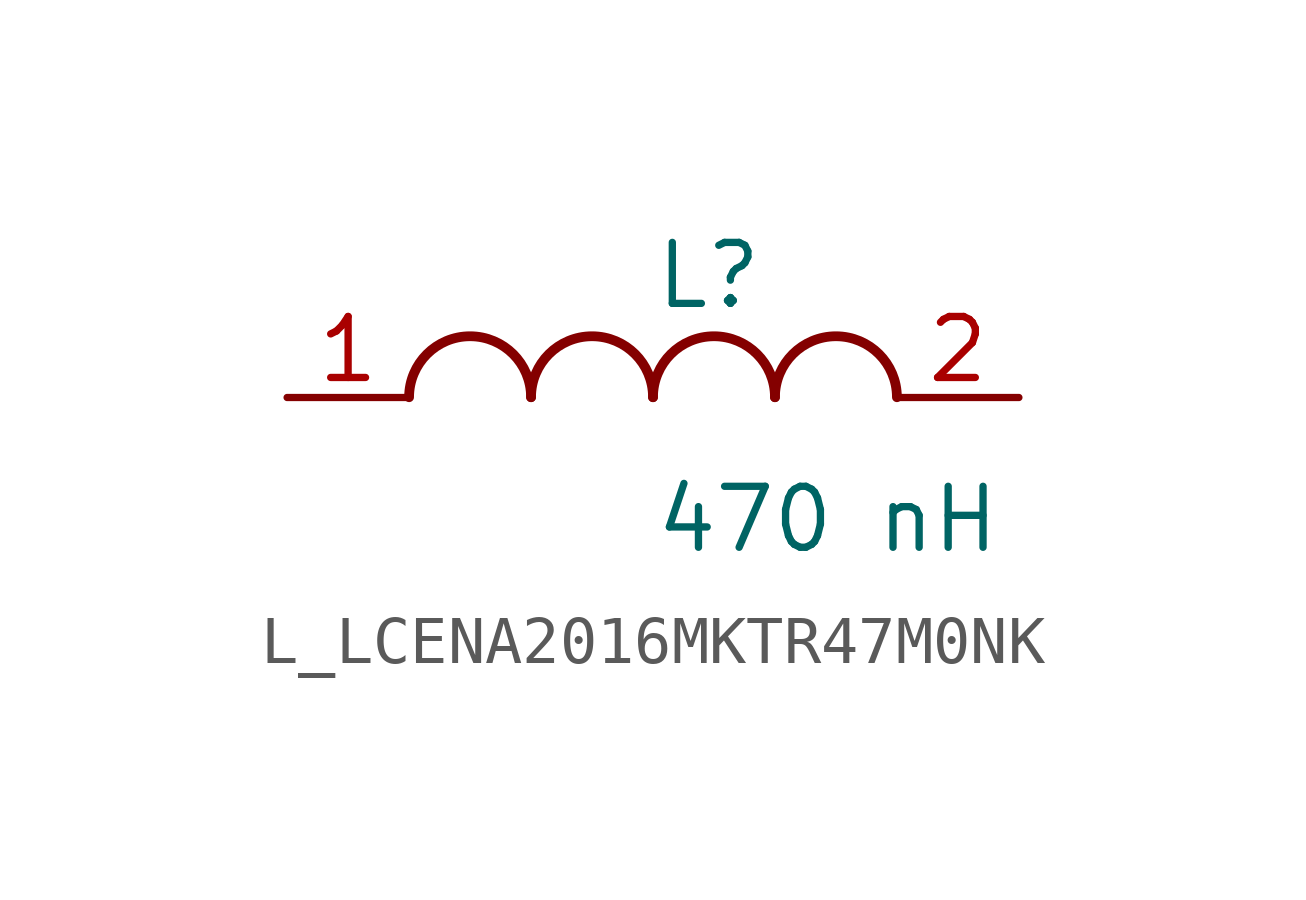
<source format=kicad_sym>
(kicad_symbol_lib
  (version 20231120)
  (generator kicad_symbol_editor)
  (generator_version 8.0)
  (symbol "L_LCENA2016MKTR47M0NK"
    (pin_names
      (offset 0.254))
    (property "Reference" "L"
      (at 0.0 2.54 0)
      (effects (font (size 1.27 1.27)) (justify left)))
    (property "Value" "470 nH"
      (at 0.0 -2.54 0)
      (effects (font (size 1.27 1.27)) (justify left)))
    (symbol "L_LCENA2016MKTR47M0NK_1_1"
      (arc (start -2.54 0.0056) (mid -3.81 1.27) (end -5.08 0.0056) (stroke (width 0.2032) (type default)) (fill (type none)))
      (arc (start 0 0.0056) (mid -1.27 1.27) (end -2.54 0.0056) (stroke (width 0.2032) (type default)) (fill (type none)))
      (arc (start 2.54 0.0056) (mid 1.27 1.27) (end 0 0.0056) (stroke (width 0.2032) (type default)) (fill (type none)))
      (arc (start 5.08 0.0056) (mid 3.81 1.27) (end 2.54 0.0056) (stroke (width 0.2032) (type default)) (fill (type none)))
      (pin unspecified line (at -7.62 0 0) (length 2.54) (name "" (effects (font (size 1.27 1.27)))) (number "1" (effects (font (size 1.27 1.27)))))
      (pin unspecified line (at 7.62 0 180) (length 2.54) (name "" (effects (font (size 1.27 1.27)))) (number "2" (effects (font (size 1.27 1.27))))))))
</source>
